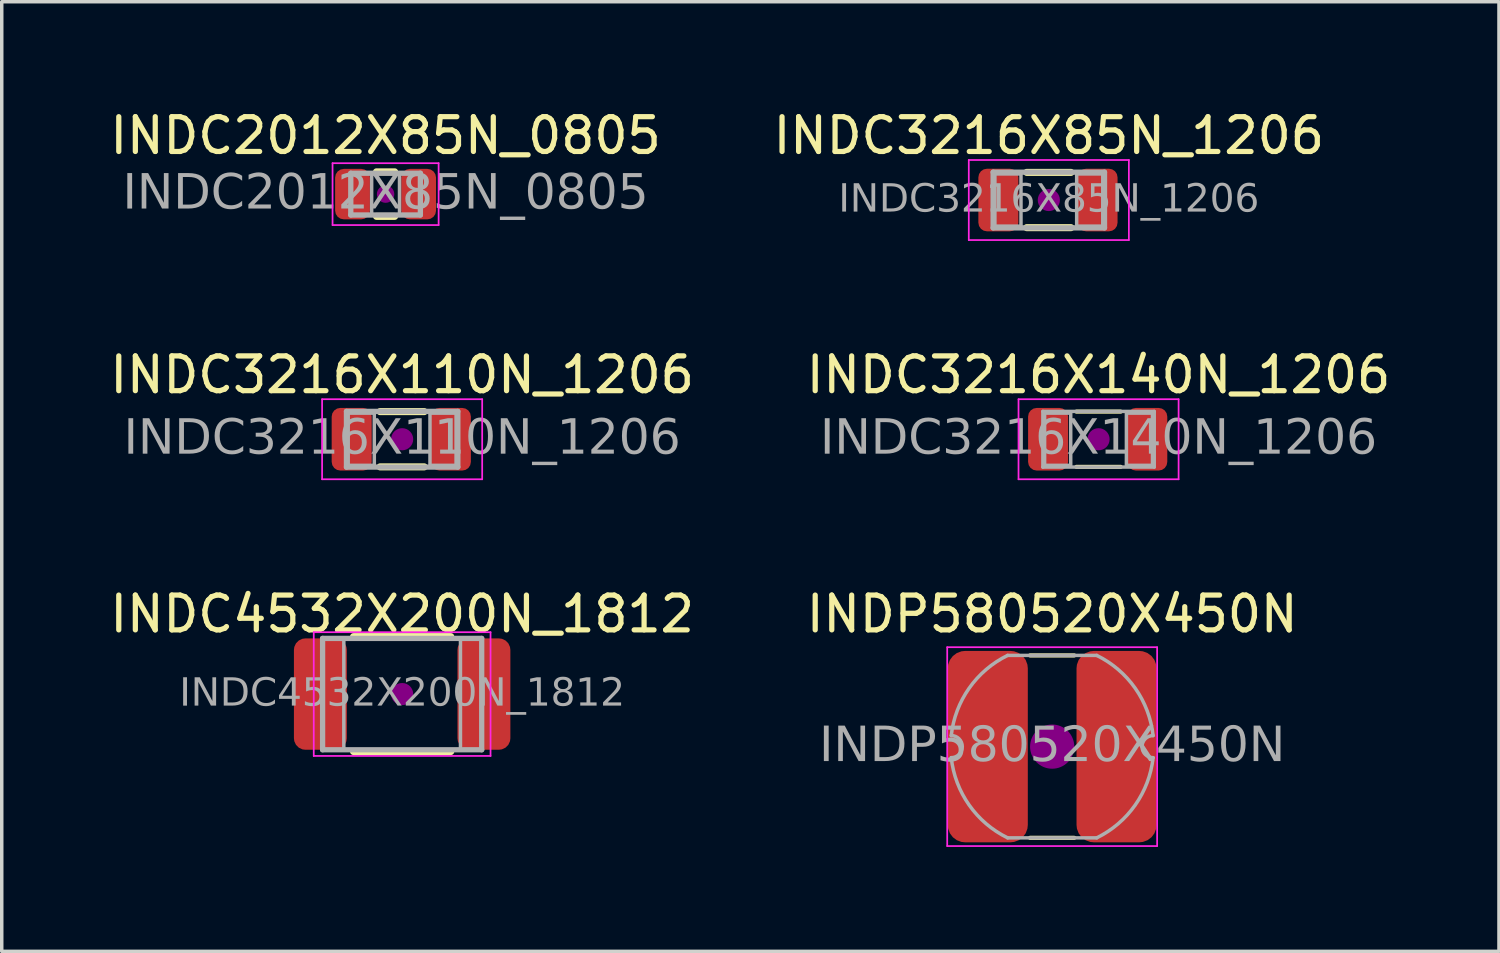
<source format=kicad_pcb>
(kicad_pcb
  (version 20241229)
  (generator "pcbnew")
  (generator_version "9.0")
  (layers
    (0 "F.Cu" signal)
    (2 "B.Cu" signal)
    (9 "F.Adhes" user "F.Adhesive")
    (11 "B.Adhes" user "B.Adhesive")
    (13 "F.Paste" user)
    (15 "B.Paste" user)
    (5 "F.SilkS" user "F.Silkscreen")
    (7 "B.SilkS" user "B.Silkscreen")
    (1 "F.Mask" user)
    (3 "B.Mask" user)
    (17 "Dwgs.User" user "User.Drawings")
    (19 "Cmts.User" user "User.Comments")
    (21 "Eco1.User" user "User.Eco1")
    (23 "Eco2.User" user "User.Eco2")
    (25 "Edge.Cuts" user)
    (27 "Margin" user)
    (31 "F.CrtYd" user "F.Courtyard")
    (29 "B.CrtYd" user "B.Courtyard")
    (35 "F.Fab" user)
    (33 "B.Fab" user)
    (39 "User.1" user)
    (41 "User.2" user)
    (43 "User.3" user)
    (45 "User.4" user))
  (footprint "INDP580520X450N"
    (layer "F.Cu")
    (at 27.185 18.405)
    (property "Reference" "INDP580520X450N" (at 0 -3.81 0) (layer "F.SilkS") (effects (font (size 1 1) (thickness 0.15))))
    (attr smd)
    (fp_line (start -0.635 -2.621) (end 0.635 -2.621) (stroke (width 0.12) (type solid)) (layer "F.SilkS"))
    (fp_line (start -0.635 2.621) (end 0.635 2.621) (stroke (width 0.12) (type solid)) (layer "F.SilkS"))
    (fp_circle (center 0 0) (end -0.635 0) (stroke (width 0) (type solid)) (fill yes) (layer "F.Adhes"))
    (fp_line (start -3.016 2.857) (end -3.016 -2.857) (stroke (width 0.05) (type solid)) (layer "F.CrtYd"))
    (fp_line (start -3.016 2.857) (end 3.016 2.857) (stroke (width 0.05) (type solid)) (layer "F.CrtYd"))
    (fp_line (start 3.016 -2.857) (end -3.016 -2.857) (stroke (width 0.05) (type solid)) (layer "F.CrtYd"))
    (fp_line (start 3.016 -2.857) (end 3.016 2.857) (stroke (width 0.05) (type solid)) (layer "F.CrtYd"))
    (fp_line (start -1.28 -2.621) (end 1.28 -2.621) (stroke (width 0.1) (type default)) (layer "F.Fab"))
    (fp_line (start -1.28 2.621) (end 1.28 2.621) (stroke (width 0.1) (type default)) (layer "F.Fab"))
    (fp_arc (start -2.9 -0.3175) (mid -2.5825 0) (end -2.9 0.3175) (stroke (width 0.1) (type default)) (layer "F.Fab"))
    (fp_arc (start -2.9 -0.3175) (mid -2.386602 -1.677777) (end -1.280416 -2.621325) (stroke (width 0.1) (type default)) (layer "F.Fab"))
    (fp_arc (start -1.280416 2.621325) (mid -2.386603 1.677777) (end -2.9 0.3175) (stroke (width 0.1) (type default)) (layer "F.Fab"))
    (fp_arc (start 1.280416 -2.621325) (mid 2.386603 -1.677777) (end 2.9 -0.3175) (stroke (width 0.1) (type default)) (layer "F.Fab"))
    (fp_arc (start 2.9 0.3175) (mid 2.386602 1.677777) (end 1.280416 2.621325) (stroke (width 0.1) (type default)) (layer "F.Fab"))
    (fp_arc (start 2.9 0.3175) (mid 2.5825 0) (end 2.9 -0.3175) (stroke (width 0.1) (type default)) (layer "F.Fab"))
    (fp_text user "${REFERENCE}" (at 0 0 0) (layer "F.Fab") (effects (font (face "Tahoma") (size 1 1) (thickness 0.15))))
    (pad "1" smd roundrect (at -1.85 0) (size 2.3 5.5) (layers "F.Cu" "F.Mask" "F.Paste") (roundrect_rratio 0.217))
    (pad "2" smd roundrect (at 1.85 0.000013) (size 2.3 5.5) (layers "F.Cu" "F.Mask" "F.Paste") (roundrect_rratio 0.217)))
  (footprint "INDC3216X140N_1206"
    (layer "F.Cu")
    (at 28.518 9.572)
    (property "Reference" "INDC3216X140N_1206" (at 0 -1.85 0) (layer "F.SilkS") (effects (font (size 1 1) (thickness 0.15))))
    (attr smd)
    (fp_line (start -0.635 -0.794) (end 0.635 -0.794) (stroke (width 0.12) (type solid)) (layer "F.SilkS"))
    (fp_line (start -0.635 0.794) (end 0.635 0.794) (stroke (width 0.12) (type solid)) (layer "F.SilkS"))
    (fp_circle (center 0 0) (end 0.318 0) (stroke (width 0) (type solid)) (fill yes) (layer "F.Adhes"))
    (fp_line (start -2.3 -1.15) (end 2.3 -1.15) (stroke (width 0.05) (type solid)) (layer "F.CrtYd"))
    (fp_line (start -2.3 1.15) (end -2.3 -1.15) (stroke (width 0.05) (type solid)) (layer "F.CrtYd"))
    (fp_line (start 2.3 -1.15) (end 2.3 1.15) (stroke (width 0.05) (type solid)) (layer "F.CrtYd"))
    (fp_line (start 2.3 1.15) (end -2.3 1.15) (stroke (width 0.05) (type solid)) (layer "F.CrtYd"))
    (fp_line (start -1.6 -0.8) (end 1.6 -0.8) (stroke (width 0.1) (type solid)) (layer "F.Fab"))
    (fp_line (start -1.6 0.8) (end -1.6 -0.8) (stroke (width 0.1) (type solid)) (layer "F.Fab"))
    (fp_line (start 1.6 -0.8) (end 1.6 0.8) (stroke (width 0.1) (type solid)) (layer "F.Fab"))
    (fp_line (start 1.6 0.8) (end -1.6 0.8) (stroke (width 0.1) (type solid)) (layer "F.Fab"))
    (fp_rect (start -0.8 0.75) (end -1.55 -0.75) (stroke (width 0.1) (type solid)) (fill no) (layer "F.Fab"))
    (fp_rect (start 0.8 -0.75) (end 1.55 0.75) (stroke (width 0.1) (type solid)) (fill no) (layer "F.Fab"))
    (fp_text user "${REFERENCE}" (at 0 0 0) (layer "F.Fab") (effects (font (face "Tahoma") (size 1 1) (thickness 0.15))))
    (pad "1" smd roundrect (at -1.45 0) (size 1.15 1.8) (layers "F.Cu" "F.Mask" "F.Paste") (roundrect_rratio 0.217))
    (pad "2" smd roundrect (at 1.4 0) (size 1.15 1.8) (layers "F.Cu" "F.Mask" "F.Paste") (roundrect_rratio 0.217)))
  (footprint "INDC3216X110N_1206"
    (layer "F.Cu")
    (at 8.506 9.572)
    (property "Reference" "INDC3216X110N_1206" (at 0 -1.85 0) (layer "F.SilkS") (effects (font (size 1 1) (thickness 0.15))))
    (attr smd)
    (fp_line (start -0.635 -0.794) (end 0.635 -0.794) (stroke (width 0.203) (type solid)) (layer "F.SilkS"))
    (fp_line (start -0.635 0.794) (end 0.635 0.794) (stroke (width 0.203) (type solid)) (layer "F.SilkS"))
    (fp_circle (center 0 0) (end 0.318 0) (stroke (width 0) (type solid)) (fill yes) (layer "F.Adhes"))
    (fp_line (start -2.3 -1.15) (end 2.3 -1.15) (stroke (width 0.05) (type solid)) (layer "F.CrtYd"))
    (fp_line (start -2.3 1.15) (end -2.3 -1.15) (stroke (width 0.05) (type solid)) (layer "F.CrtYd"))
    (fp_line (start 2.3 -1.15) (end 2.3 1.15) (stroke (width 0.05) (type solid)) (layer "F.CrtYd"))
    (fp_line (start 2.3 1.15) (end -2.3 1.15) (stroke (width 0.05) (type solid)) (layer "F.CrtYd"))
    (fp_line (start -1.6 -0.8) (end 1.6 -0.8) (stroke (width 0.152) (type solid)) (layer "F.Fab"))
    (fp_line (start -1.6 0.8) (end -1.6 -0.8) (stroke (width 0.152) (type solid)) (layer "F.Fab"))
    (fp_line (start 1.6 -0.8) (end 1.6 0.8) (stroke (width 0.152) (type solid)) (layer "F.Fab"))
    (fp_line (start 1.6 0.8) (end -1.6 0.8) (stroke (width 0.152) (type solid)) (layer "F.Fab"))
    (fp_rect (start -0.8 0.75) (end -1.55 -0.75) (stroke (width 0.1) (type solid)) (fill no) (layer "F.Fab"))
    (fp_rect (start 0.8 -0.75) (end 1.55 0.75) (stroke (width 0.1) (type solid)) (fill no) (layer "F.Fab"))
    (fp_text user "${REFERENCE}" (at 0 0 0) (layer "F.Fab") (effects (font (face "Tahoma") (size 1 1) (thickness 0.15))))
    (pad "1" smd roundrect (at -1.45 0) (size 1.15 1.8) (layers "F.Cu" "F.Mask" "F.Paste") (roundrect_rratio 0.217))
    (pad "2" smd roundrect (at 1.4 0) (size 1.15 1.8) (layers "F.Cu" "F.Mask" "F.Paste") (roundrect_rratio 0.217)))
  (footprint "INDC4532X200N_1812"
    (layer "F.Cu")
    (at 8.506 16.895)
    (property "Reference" "INDC4532X200N_1812" (at 0 -2.3 0) (layer "F.SilkS") (effects (font (size 1 1) (thickness 0.15))))
    (attr smd)
    (fp_line (start -1.397 -1.651) (end 1.397 -1.651) (stroke (width 0.203) (type solid)) (layer "F.SilkS"))
    (fp_line (start -1.397 1.651) (end 1.397 1.651) (stroke (width 0.203) (type solid)) (layer "F.SilkS"))
    (fp_circle (center 0 0) (end 0.318 0) (stroke (width 0) (type solid)) (fill yes) (layer "F.Adhes"))
    (fp_line (start -2.54 -1.778) (end 2.54 -1.778) (stroke (width 0.05) (type solid)) (layer "F.CrtYd"))
    (fp_line (start -2.54 1.778) (end -2.54 -1.778) (stroke (width 0.05) (type solid)) (layer "F.CrtYd"))
    (fp_line (start 2.54 -1.778) (end 2.54 1.778) (stroke (width 0.05) (type solid)) (layer "F.CrtYd"))
    (fp_line (start 2.54 1.778) (end -2.54 1.778) (stroke (width 0.05) (type solid)) (layer "F.CrtYd"))
    (fp_line (start -2.286 -1.6) (end 2.286 -1.6) (stroke (width 0.152) (type solid)) (layer "F.Fab"))
    (fp_line (start -2.286 1.6) (end -2.286 -1.6) (stroke (width 0.152) (type solid)) (layer "F.Fab"))
    (fp_line (start 2.286 -1.6) (end 2.286 1.6) (stroke (width 0.152) (type solid)) (layer "F.Fab"))
    (fp_line (start 2.286 1.6) (end -2.286 1.6) (stroke (width 0.152) (type solid)) (layer "F.Fab"))
    (fp_rect (start -2.286 -1.6) (end -1.676 1.6) (stroke (width 0.1) (type solid)) (fill no) (layer "F.Fab"))
    (fp_rect (start 1.676 -1.6) (end 2.286 1.6) (stroke (width 0.1) (type solid)) (fill no) (layer "F.Fab"))
    (fp_text user "${REFERENCE}" (at 0 0 0) (layer "F.Fab") (effects (font (face "Tahoma") (size 0.8 0.8) (thickness 0.12))))
    (pad "1" smd roundrect (at -2.35 0) (size 1.52 3.2) (layers "F.Cu" "F.Mask" "F.Paste") (roundrect_rratio 0.217))
    (pad "2" smd roundrect (at 2.35 0) (size 1.52 3.2) (layers "F.Cu" "F.Mask" "F.Paste") (roundrect_rratio 0.217)))
  (footprint "INDC2012X85N_0805"
    (layer "F.Cu")
    (at 8.03 2.528)
    (property "Reference" "INDC2012X85N_0805" (at 0 -1.68 0) (layer "F.SilkS") (effects (font (size 1 1) (thickness 0.15))))
    (attr smd)
    (fp_line (start -0.261 -0.64) (end 0.261 -0.64) (stroke (width 0.203) (type solid)) (layer "F.SilkS"))
    (fp_line (start -0.261 0.64) (end 0.261 0.64) (stroke (width 0.203) (type solid)) (layer "F.SilkS"))
    (fp_circle (center 0 0) (end 0.25 0) (stroke (width 0) (type solid)) (fill yes) (layer "F.Adhes"))
    (fp_line (start -1.524 -0.889) (end 1.524 -0.889) (stroke (width 0.05) (type solid)) (layer "F.CrtYd"))
    (fp_line (start -1.524 0.889) (end -1.524 -0.889) (stroke (width 0.05) (type solid)) (layer "F.CrtYd"))
    (fp_line (start 1.524 -0.889) (end 1.524 0.889) (stroke (width 0.05) (type solid)) (layer "F.CrtYd"))
    (fp_line (start 1.524 0.889) (end -1.524 0.889) (stroke (width 0.05) (type solid)) (layer "F.CrtYd"))
    (fp_line (start -1 -0.6) (end 1 -0.6) (stroke (width 0.152) (type solid)) (layer "F.Fab"))
    (fp_line (start -1 0.6) (end -1 -0.6) (stroke (width 0.152) (type solid)) (layer "F.Fab"))
    (fp_line (start 1 -0.6) (end 1 0.6) (stroke (width 0.152) (type solid)) (layer "F.Fab"))
    (fp_line (start 1 0.6) (end -1 0.6) (stroke (width 0.152) (type solid)) (layer "F.Fab"))
    (fp_rect (start -1 -0.6) (end -0.4 0.6) (stroke (width 0.1) (type solid)) (fill no) (layer "F.Fab"))
    (fp_rect (start 0.4 -0.6) (end 1 0.6) (stroke (width 0.1) (type solid)) (fill no) (layer "F.Fab"))
    (fp_text user "${REFERENCE}" (at 0 0 0) (layer "F.Fab") (effects (font (face "Tahoma") (size 1 1) (thickness 0.15))))
    (pad "1" smd roundrect (at -0.95 0) (size 1 1.45) (layers "F.Cu" "F.Mask" "F.Paste") (roundrect_rratio 0.25))
    (pad "2" smd roundrect (at 0.95 0) (size 1 1.45) (layers "F.Cu" "F.Mask" "F.Paste") (roundrect_rratio 0.25)))
  (footprint "INDC3216X85N_1206"
    (layer "F.Cu")
    (at 27.089 2.698)
    (property "Reference" "INDC3216X85N_1206" (at 0 -1.85 0) (layer "F.SilkS") (effects (font (size 1 1) (thickness 0.15))))
    (attr smd)
    (fp_line (start -0.635 -0.794) (end 0.635 -0.794) (stroke (width 0.203) (type solid)) (layer "F.SilkS"))
    (fp_line (start -0.635 0.794) (end 0.635 0.794) (stroke (width 0.203) (type solid)) (layer "F.SilkS"))
    (fp_circle (center 0 0) (end 0.318 0) (stroke (width 0) (type solid)) (fill yes) (layer "F.Adhes"))
    (fp_line (start -2.3 -1.15) (end 2.3 -1.15) (stroke (width 0.05) (type solid)) (layer "F.CrtYd"))
    (fp_line (start -2.3 1.15) (end -2.3 -1.15) (stroke (width 0.05) (type solid)) (layer "F.CrtYd"))
    (fp_line (start 2.3 -1.15) (end 2.3 1.15) (stroke (width 0.05) (type solid)) (layer "F.CrtYd"))
    (fp_line (start 2.3 1.15) (end -2.3 1.15) (stroke (width 0.05) (type solid)) (layer "F.CrtYd"))
    (fp_line (start -1.6 -0.8) (end 1.6 -0.8) (stroke (width 0.152) (type solid)) (layer "F.Fab"))
    (fp_line (start -1.6 0.8) (end -1.6 -0.8) (stroke (width 0.152) (type solid)) (layer "F.Fab"))
    (fp_line (start 1.6 -0.8) (end 1.6 0.8) (stroke (width 0.152) (type solid)) (layer "F.Fab"))
    (fp_line (start 1.6 0.8) (end -1.6 0.8) (stroke (width 0.152) (type solid)) (layer "F.Fab"))
    (fp_rect (start -0.8 0.75) (end -1.55 -0.75) (stroke (width 0.1) (type solid)) (fill no) (layer "F.Fab"))
    (fp_rect (start 0.8 -0.75) (end 1.55 0.75) (stroke (width 0.1) (type solid)) (fill no) (layer "F.Fab"))
    (fp_text user "${REFERENCE}" (at 0 0 0) (layer "F.Fab") (effects (font (face "Tahoma") (size 0.8 0.8) (thickness 0.12))))
    (pad "1" smd roundrect (at -1.45 0) (size 1.15 1.8) (layers "F.Cu" "F.Mask" "F.Paste") (roundrect_rratio 0.217))
    (pad "2" smd roundrect (at 1.4 0) (size 1.15 1.8) (layers "F.Cu" "F.Mask" "F.Paste") (roundrect_rratio 0.217)))
  (gr_rect
    (start -3 -3)
    (end 40.024 24.287)
    (stroke (width 0.1) (type default))
    (fill no)
    (layer "Edge.Cuts")))
</source>
